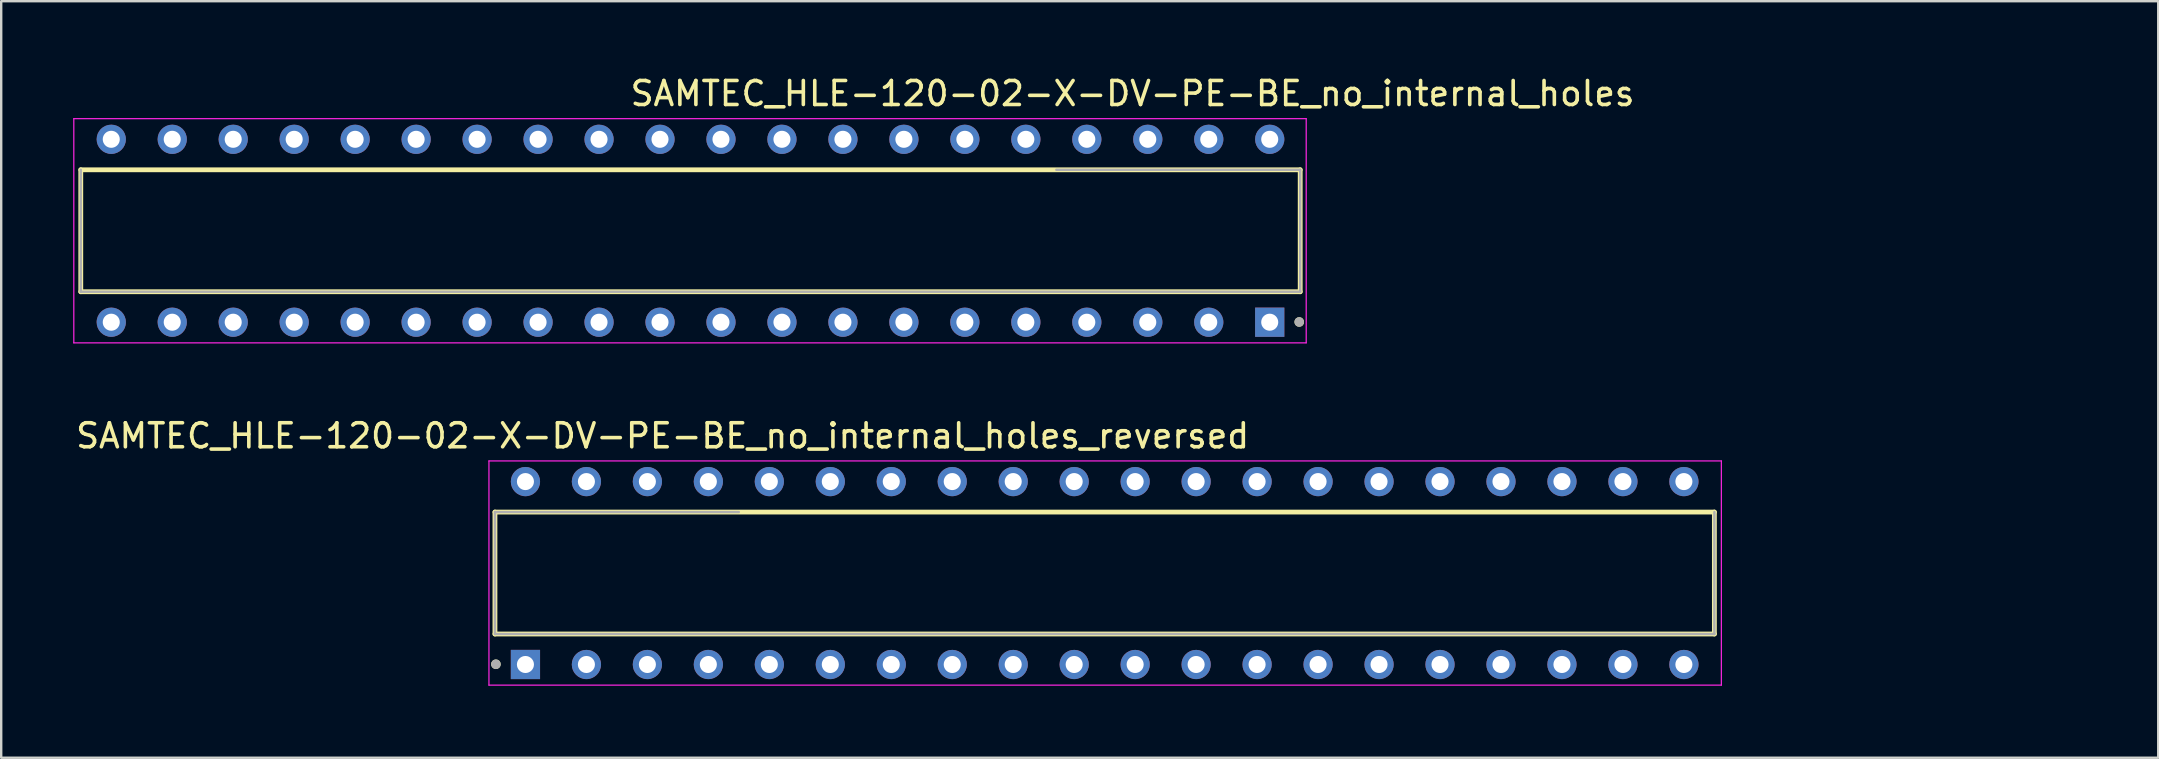
<source format=kicad_pcb>
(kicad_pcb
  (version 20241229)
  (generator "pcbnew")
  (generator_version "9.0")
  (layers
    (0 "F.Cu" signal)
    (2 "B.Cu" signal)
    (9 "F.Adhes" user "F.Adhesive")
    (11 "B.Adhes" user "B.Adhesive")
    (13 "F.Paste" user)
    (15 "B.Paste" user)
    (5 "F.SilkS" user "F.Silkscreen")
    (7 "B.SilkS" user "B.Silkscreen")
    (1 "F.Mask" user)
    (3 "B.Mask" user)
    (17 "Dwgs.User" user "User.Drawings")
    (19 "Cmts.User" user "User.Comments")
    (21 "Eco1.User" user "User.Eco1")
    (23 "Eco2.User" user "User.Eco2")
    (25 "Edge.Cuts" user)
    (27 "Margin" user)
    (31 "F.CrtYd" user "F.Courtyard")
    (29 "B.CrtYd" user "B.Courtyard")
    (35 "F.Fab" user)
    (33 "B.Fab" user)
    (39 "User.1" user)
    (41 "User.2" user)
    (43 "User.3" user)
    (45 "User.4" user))
  (footprint "SAMTEC_HLE-120-02-X-DV-PE-BE_no_internal_holes_reversed"
    (layer "F.Cu")
    (at 83.609 20.822)
    (property "Reference" "SAMTEC_HLE-120-02-X-DV-PE-BE_no_internal_holes_reversed" (at -59.055 -5.715 0) (layer "F.SilkS") (effects (font (size 1 1) (thickness 0.15))))
    (attr through_hole)
    (fp_line (start -66.04 -2.54) (end -66.04 2.54) (stroke (width 0.2) (type solid)) (layer "F.SilkS"))
    (fp_line (start -66.04 2.54) (end -15.24 2.54) (stroke (width 0.2) (type solid)) (layer "F.SilkS"))
    (fp_line (start -15.24 -2.54) (end -66.04 -2.54) (stroke (width 0.2) (type solid)) (layer "F.SilkS"))
    (fp_line (start -15.24 2.54) (end -15.24 -2.54) (stroke (width 0.2) (type solid)) (layer "F.SilkS"))
    (fp_circle (center -66 3.8) (end -66.1 3.8) (stroke (width 0.2) (type solid)) (fill no) (layer "F.SilkS"))
    (fp_line (start -66.29 -4.67) (end -66.29 4.67) (stroke (width 0.05) (type solid)) (layer "F.CrtYd"))
    (fp_line (start -66.29 4.67) (end -14.95 4.67) (stroke (width 0.05) (type solid)) (layer "F.CrtYd"))
    (fp_line (start -14.95 -4.67) (end -66.29 -4.67) (stroke (width 0.05) (type solid)) (layer "F.CrtYd"))
    (fp_line (start -14.95 4.67) (end -14.95 -4.67) (stroke (width 0.05) (type solid)) (layer "F.CrtYd"))
    (fp_line (start -66.04 -2.54) (end -66.04 2.54) (stroke (width 0.1) (type solid)) (layer "F.Fab"))
    (fp_line (start -66.04 2.54) (end -15.24 2.54) (stroke (width 0.1) (type solid)) (layer "F.Fab"))
    (fp_line (start -55.88 -2.54) (end -66.04 -2.54) (stroke (width 0.1) (type solid)) (layer "F.Fab"))
    (fp_line (start -15.24 2.54) (end -15.24 -2.54) (stroke (width 0.1) (type solid)) (layer "F.Fab"))
    (fp_circle (center -66 3.8) (end -66.1 3.8) (stroke (width 0.2) (type solid)) (fill no) (layer "F.Fab"))
    (pad "1" thru_hole rect (at -64.77 3.81) (size 1.218 1.218) (drill 0.71) (layers "*.Cu" "*.Mask"))
    (pad "2" thru_hole circle (at -64.77 -3.81) (size 1.218 1.218) (drill 0.71) (layers "*.Cu" "*.Mask"))
    (pad "3" thru_hole circle (at -62.23 3.81) (size 1.218 1.218) (drill 0.71) (layers "*.Cu" "*.Mask"))
    (pad "4" thru_hole circle (at -62.23 -3.81) (size 1.218 1.218) (drill 0.71) (layers "*.Cu" "*.Mask"))
    (pad "5" thru_hole circle (at -59.69 3.81) (size 1.218 1.218) (drill 0.71) (layers "*.Cu" "*.Mask"))
    (pad "6" thru_hole circle (at -59.69 -3.81) (size 1.218 1.218) (drill 0.71) (layers "*.Cu" "*.Mask"))
    (pad "7" thru_hole circle (at -57.15 3.81) (size 1.218 1.218) (drill 0.71) (layers "*.Cu" "*.Mask"))
    (pad "8" thru_hole circle (at -57.15 -3.81) (size 1.218 1.218) (drill 0.71) (layers "*.Cu" "*.Mask"))
    (pad "9" thru_hole circle (at -54.61 3.81) (size 1.218 1.218) (drill 0.71) (layers "*.Cu" "*.Mask"))
    (pad "10" thru_hole circle (at -54.61 -3.81) (size 1.218 1.218) (drill 0.71) (layers "*.Cu" "*.Mask"))
    (pad "11" thru_hole circle (at -52.07 3.81) (size 1.218 1.218) (drill 0.71) (layers "*.Cu" "*.Mask"))
    (pad "12" thru_hole circle (at -52.07 -3.81) (size 1.218 1.218) (drill 0.71) (layers "*.Cu" "*.Mask"))
    (pad "13" thru_hole circle (at -49.53 3.81) (size 1.218 1.218) (drill 0.71) (layers "*.Cu" "*.Mask"))
    (pad "14" thru_hole circle (at -49.53 -3.81) (size 1.218 1.218) (drill 0.71) (layers "*.Cu" "*.Mask"))
    (pad "15" thru_hole circle (at -46.99 3.81) (size 1.218 1.218) (drill 0.71) (layers "*.Cu" "*.Mask"))
    (pad "16" thru_hole circle (at -46.99 -3.81) (size 1.218 1.218) (drill 0.71) (layers "*.Cu" "*.Mask"))
    (pad "17" thru_hole circle (at -44.45 3.81) (size 1.218 1.218) (drill 0.71) (layers "*.Cu" "*.Mask"))
    (pad "18" thru_hole circle (at -44.45 -3.81) (size 1.218 1.218) (drill 0.71) (layers "*.Cu" "*.Mask"))
    (pad "19" thru_hole circle (at -41.91 3.81) (size 1.218 1.218) (drill 0.71) (layers "*.Cu" "*.Mask"))
    (pad "20" thru_hole circle (at -41.91 -3.81) (size 1.218 1.218) (drill 0.71) (layers "*.Cu" "*.Mask"))
    (pad "21" thru_hole circle (at -39.37 3.81) (size 1.218 1.218) (drill 0.71) (layers "*.Cu" "*.Mask"))
    (pad "22" thru_hole circle (at -39.37 -3.81) (size 1.218 1.218) (drill 0.71) (layers "*.Cu" "*.Mask"))
    (pad "23" thru_hole circle (at -36.83 3.81) (size 1.218 1.218) (drill 0.71) (layers "*.Cu" "*.Mask"))
    (pad "24" thru_hole circle (at -36.83 -3.81) (size 1.218 1.218) (drill 0.71) (layers "*.Cu" "*.Mask"))
    (pad "25" thru_hole circle (at -34.29 3.81) (size 1.218 1.218) (drill 0.71) (layers "*.Cu" "*.Mask"))
    (pad "26" thru_hole circle (at -34.29 -3.81) (size 1.218 1.218) (drill 0.71) (layers "*.Cu" "*.Mask"))
    (pad "27" thru_hole circle (at -31.75 3.81) (size 1.218 1.218) (drill 0.71) (layers "*.Cu" "*.Mask"))
    (pad "28" thru_hole circle (at -31.75 -3.81) (size 1.218 1.218) (drill 0.71) (layers "*.Cu" "*.Mask"))
    (pad "29" thru_hole circle (at -29.21 3.81) (size 1.218 1.218) (drill 0.71) (layers "*.Cu" "*.Mask"))
    (pad "30" thru_hole circle (at -29.21 -3.81) (size 1.218 1.218) (drill 0.71) (layers "*.Cu" "*.Mask"))
    (pad "31" thru_hole circle (at -26.67 3.81) (size 1.218 1.218) (drill 0.71) (layers "*.Cu" "*.Mask"))
    (pad "32" thru_hole circle (at -26.67 -3.81) (size 1.218 1.218) (drill 0.71) (layers "*.Cu" "*.Mask"))
    (pad "33" thru_hole circle (at -24.13 3.81) (size 1.218 1.218) (drill 0.71) (layers "*.Cu" "*.Mask"))
    (pad "34" thru_hole circle (at -24.13 -3.81) (size 1.218 1.218) (drill 0.71) (layers "*.Cu" "*.Mask"))
    (pad "35" thru_hole circle (at -21.59 3.81) (size 1.218 1.218) (drill 0.71) (layers "*.Cu" "*.Mask"))
    (pad "36" thru_hole circle (at -21.59 -3.81) (size 1.218 1.218) (drill 0.71) (layers "*.Cu" "*.Mask"))
    (pad "37" thru_hole circle (at -19.05 3.81) (size 1.218 1.218) (drill 0.71) (layers "*.Cu" "*.Mask"))
    (pad "38" thru_hole circle (at -19.05 -3.81) (size 1.218 1.218) (drill 0.71) (layers "*.Cu" "*.Mask"))
    (pad "39" thru_hole circle (at -16.51 3.81) (size 1.218 1.218) (drill 0.71) (layers "*.Cu" "*.Mask"))
    (pad "40" thru_hole circle (at -16.51 -3.81) (size 1.218 1.218) (drill 0.71) (layers "*.Cu" "*.Mask")))
  (footprint "SAMTEC_HLE-120-02-X-DV-PE-BE_no_internal_holes"
    (layer "F.Cu")
    (at 46.035 6.563)
    (property "Reference" "SAMTEC_HLE-120-02-X-DV-PE-BE_no_internal_holes" (at -1.905 -5.715 0) (layer "F.SilkS") (effects (font (size 1 1) (thickness 0.15))))
    (attr through_hole)
    (fp_line (start -45.72 -2.54) (end 5.08 -2.54) (stroke (width 0.2) (type solid)) (layer "F.SilkS"))
    (fp_line (start -45.72 2.54) (end -45.72 -2.54) (stroke (width 0.2) (type solid)) (layer "F.SilkS"))
    (fp_line (start 5.08 -2.54) (end 5.08 2.54) (stroke (width 0.2) (type solid)) (layer "F.SilkS"))
    (fp_line (start 5.08 2.54) (end -45.72 2.54) (stroke (width 0.2) (type solid)) (layer "F.SilkS"))
    (fp_circle (center 5.04 3.8) (end 5.14 3.8) (stroke (width 0.2) (type solid)) (fill no) (layer "F.SilkS"))
    (fp_line (start -46.01 -4.67) (end 5.33 -4.67) (stroke (width 0.05) (type solid)) (layer "F.CrtYd"))
    (fp_line (start -46.01 4.67) (end -46.01 -4.67) (stroke (width 0.05) (type solid)) (layer "F.CrtYd"))
    (fp_line (start 5.33 -4.67) (end 5.33 4.67) (stroke (width 0.05) (type solid)) (layer "F.CrtYd"))
    (fp_line (start 5.33 4.67) (end -46.01 4.67) (stroke (width 0.05) (type solid)) (layer "F.CrtYd"))
    (fp_line (start -45.72 2.54) (end -45.72 -2.54) (stroke (width 0.1) (type solid)) (layer "F.Fab"))
    (fp_line (start -5.08 -2.54) (end 5.08 -2.54) (stroke (width 0.1) (type solid)) (layer "F.Fab"))
    (fp_line (start 5.08 -2.54) (end 5.08 2.54) (stroke (width 0.1) (type solid)) (layer "F.Fab"))
    (fp_line (start 5.08 2.54) (end -45.72 2.54) (stroke (width 0.1) (type solid)) (layer "F.Fab"))
    (fp_circle (center 5.04 3.8) (end 5.14 3.8) (stroke (width 0.2) (type solid)) (fill no) (layer "F.Fab"))
    (pad "1" thru_hole rect (at 3.81 3.81) (size 1.218 1.218) (drill 0.71) (layers "*.Cu" "*.Mask"))
    (pad "2" thru_hole circle (at 3.81 -3.81) (size 1.218 1.218) (drill 0.71) (layers "*.Cu" "*.Mask"))
    (pad "3" thru_hole circle (at 1.27 3.81) (size 1.218 1.218) (drill 0.71) (layers "*.Cu" "*.Mask"))
    (pad "4" thru_hole circle (at 1.27 -3.81) (size 1.218 1.218) (drill 0.71) (layers "*.Cu" "*.Mask"))
    (pad "5" thru_hole circle (at -1.27 3.81) (size 1.218 1.218) (drill 0.71) (layers "*.Cu" "*.Mask"))
    (pad "6" thru_hole circle (at -1.27 -3.81) (size 1.218 1.218) (drill 0.71) (layers "*.Cu" "*.Mask"))
    (pad "7" thru_hole circle (at -3.81 3.81) (size 1.218 1.218) (drill 0.71) (layers "*.Cu" "*.Mask"))
    (pad "8" thru_hole circle (at -3.81 -3.81) (size 1.218 1.218) (drill 0.71) (layers "*.Cu" "*.Mask"))
    (pad "9" thru_hole circle (at -6.35 3.81) (size 1.218 1.218) (drill 0.71) (layers "*.Cu" "*.Mask"))
    (pad "10" thru_hole circle (at -6.35 -3.81) (size 1.218 1.218) (drill 0.71) (layers "*.Cu" "*.Mask"))
    (pad "11" thru_hole circle (at -8.89 3.81) (size 1.218 1.218) (drill 0.71) (layers "*.Cu" "*.Mask"))
    (pad "12" thru_hole circle (at -8.89 -3.81) (size 1.218 1.218) (drill 0.71) (layers "*.Cu" "*.Mask"))
    (pad "13" thru_hole circle (at -11.43 3.81) (size 1.218 1.218) (drill 0.71) (layers "*.Cu" "*.Mask"))
    (pad "14" thru_hole circle (at -11.43 -3.81) (size 1.218 1.218) (drill 0.71) (layers "*.Cu" "*.Mask"))
    (pad "15" thru_hole circle (at -13.97 3.81) (size 1.218 1.218) (drill 0.71) (layers "*.Cu" "*.Mask"))
    (pad "16" thru_hole circle (at -13.97 -3.81) (size 1.218 1.218) (drill 0.71) (layers "*.Cu" "*.Mask"))
    (pad "17" thru_hole circle (at -16.51 3.81) (size 1.218 1.218) (drill 0.71) (layers "*.Cu" "*.Mask"))
    (pad "18" thru_hole circle (at -16.51 -3.81) (size 1.218 1.218) (drill 0.71) (layers "*.Cu" "*.Mask"))
    (pad "19" thru_hole circle (at -19.05 3.81) (size 1.218 1.218) (drill 0.71) (layers "*.Cu" "*.Mask"))
    (pad "20" thru_hole circle (at -19.05 -3.81) (size 1.218 1.218) (drill 0.71) (layers "*.Cu" "*.Mask"))
    (pad "21" thru_hole circle (at -21.59 3.81) (size 1.218 1.218) (drill 0.71) (layers "*.Cu" "*.Mask"))
    (pad "22" thru_hole circle (at -21.59 -3.81) (size 1.218 1.218) (drill 0.71) (layers "*.Cu" "*.Mask"))
    (pad "23" thru_hole circle (at -24.13 3.81) (size 1.218 1.218) (drill 0.71) (layers "*.Cu" "*.Mask"))
    (pad "24" thru_hole circle (at -24.13 -3.81) (size 1.218 1.218) (drill 0.71) (layers "*.Cu" "*.Mask"))
    (pad "25" thru_hole circle (at -26.67 3.81) (size 1.218 1.218) (drill 0.71) (layers "*.Cu" "*.Mask"))
    (pad "26" thru_hole circle (at -26.67 -3.81) (size 1.218 1.218) (drill 0.71) (layers "*.Cu" "*.Mask"))
    (pad "27" thru_hole circle (at -29.21 3.81) (size 1.218 1.218) (drill 0.71) (layers "*.Cu" "*.Mask"))
    (pad "28" thru_hole circle (at -29.21 -3.81) (size 1.218 1.218) (drill 0.71) (layers "*.Cu" "*.Mask"))
    (pad "29" thru_hole circle (at -31.75 3.81) (size 1.218 1.218) (drill 0.71) (layers "*.Cu" "*.Mask"))
    (pad "30" thru_hole circle (at -31.75 -3.81) (size 1.218 1.218) (drill 0.71) (layers "*.Cu" "*.Mask"))
    (pad "31" thru_hole circle (at -34.29 3.81) (size 1.218 1.218) (drill 0.71) (layers "*.Cu" "*.Mask"))
    (pad "32" thru_hole circle (at -34.29 -3.81) (size 1.218 1.218) (drill 0.71) (layers "*.Cu" "*.Mask"))
    (pad "33" thru_hole circle (at -36.83 3.81) (size 1.218 1.218) (drill 0.71) (layers "*.Cu" "*.Mask"))
    (pad "34" thru_hole circle (at -36.83 -3.81) (size 1.218 1.218) (drill 0.71) (layers "*.Cu" "*.Mask"))
    (pad "35" thru_hole circle (at -39.37 3.81) (size 1.218 1.218) (drill 0.71) (layers "*.Cu" "*.Mask"))
    (pad "36" thru_hole circle (at -39.37 -3.81) (size 1.218 1.218) (drill 0.71) (layers "*.Cu" "*.Mask"))
    (pad "37" thru_hole circle (at -41.91 3.81) (size 1.218 1.218) (drill 0.71) (layers "*.Cu" "*.Mask"))
    (pad "38" thru_hole circle (at -41.91 -3.81) (size 1.218 1.218) (drill 0.71) (layers "*.Cu" "*.Mask"))
    (pad "39" thru_hole circle (at -44.45 3.81) (size 1.218 1.218) (drill 0.71) (layers "*.Cu" "*.Mask"))
    (pad "40" thru_hole circle (at -44.45 -3.81) (size 1.218 1.218) (drill 0.71) (layers "*.Cu" "*.Mask")))
  (gr_rect
    (start -3 -3)
    (end 86.859 28.517)
    (stroke (width 0.1) (type default))
    (fill no)
    (layer "Edge.Cuts")))
</source>
